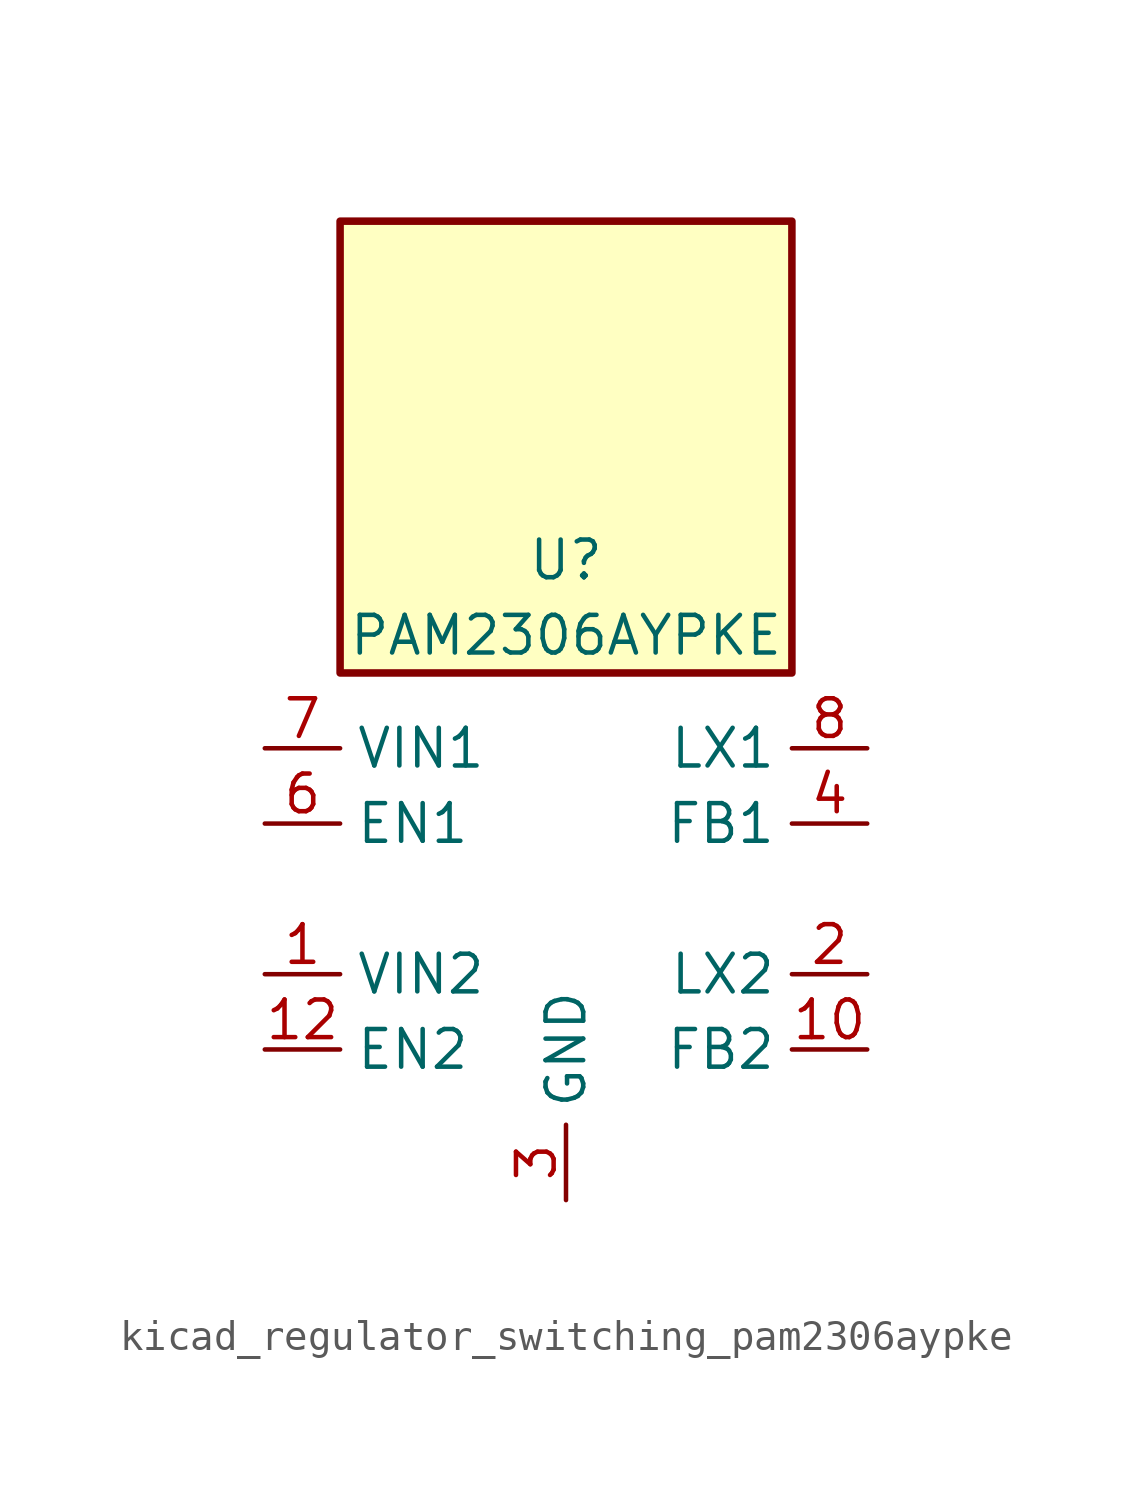
<source format=kicad_sym>
(kicad_symbol_lib
  (version 20220914)
  (generator kicad_symbol_editor)
  (symbol "kicad_regulator_switching_pam2306aypke"
    (property "Reference" "U"
      (at 0 11.43 0)
      (effects (font (size 1.27 1.27))))
    (property "Value" "PAM2306AYPKE"
      (at 0 8.89 0)
      (effects (font (size 1.27 1.27))))
    (symbol "kicad_regulator_switching_pam2306aypke_0_1"
      (rectangle (start 7.62 22.86) (end -7.62 7.62) (stroke (width 0.254) (type default)) (fill (type background))))
    (symbol "kicad_regulator_switching_pam2306aypke_1_1"
      (pin power_in line (at -10.16 -2.54 0) (length 2.54) (name "VIN2" (effects (font (size 1.27 1.27)))) (number "1" (effects (font (size 1.27 1.27)))))
      (pin input line (at 10.16 -5.08 180) (length 2.54) (name "FB2" (effects (font (size 1.27 1.27)))) (number "10" (effects (font (size 1.27 1.27)))))
      (pin no_connect line (at 7.62 0 180) (length 2.54) hide (name "NC2" (effects (font (size 1.27 1.27)))) (number "11" (effects (font (size 1.27 1.27)))))
      (pin input line (at -10.16 -5.08 0) (length 2.54) (name "EN2" (effects (font (size 1.27 1.27)))) (number "12" (effects (font (size 1.27 1.27)))))
      (pin passive line (at 0 -10.16 90) (length 2.54) hide (name "GND" (effects (font (size 1.27 1.27)))) (number "13" (effects (font (size 1.27 1.27)))))
      (pin output line (at 10.16 -2.54 180) (length 2.54) (name "LX2" (effects (font (size 1.27 1.27)))) (number "2" (effects (font (size 1.27 1.27)))))
      (pin power_in line (at 0 -10.16 90) (length 2.54) (name "GND" (effects (font (size 1.27 1.27)))) (number "3" (effects (font (size 1.27 1.27)))))
      (pin input line (at 10.16 2.54 180) (length 2.54) (name "FB1" (effects (font (size 1.27 1.27)))) (number "4" (effects (font (size 1.27 1.27)))))
      (pin no_connect line (at -7.62 0 0) (length 2.54) hide (name "NC1" (effects (font (size 1.27 1.27)))) (number "5" (effects (font (size 1.27 1.27)))))
      (pin input line (at -10.16 2.54 0) (length 2.54) (name "EN1" (effects (font (size 1.27 1.27)))) (number "6" (effects (font (size 1.27 1.27)))))
      (pin power_in line (at -10.16 5.08 0) (length 2.54) (name "VIN1" (effects (font (size 1.27 1.27)))) (number "7" (effects (font (size 1.27 1.27)))))
      (pin output line (at 10.16 5.08 180) (length 2.54) (name "LX1" (effects (font (size 1.27 1.27)))) (number "8" (effects (font (size 1.27 1.27)))))
      (pin passive line (at 0 -10.16 90) (length 2.54) hide (name "GND" (effects (font (size 1.27 1.27)))) (number "9" (effects (font (size 1.27 1.27))))))))
</source>
